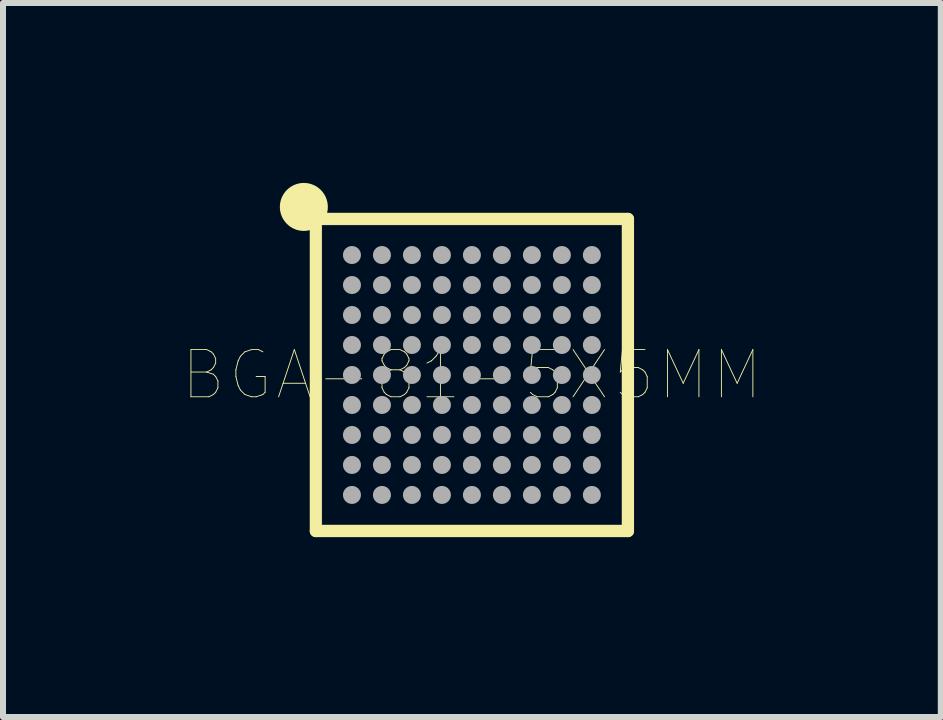
<source format=kicad_pcb>
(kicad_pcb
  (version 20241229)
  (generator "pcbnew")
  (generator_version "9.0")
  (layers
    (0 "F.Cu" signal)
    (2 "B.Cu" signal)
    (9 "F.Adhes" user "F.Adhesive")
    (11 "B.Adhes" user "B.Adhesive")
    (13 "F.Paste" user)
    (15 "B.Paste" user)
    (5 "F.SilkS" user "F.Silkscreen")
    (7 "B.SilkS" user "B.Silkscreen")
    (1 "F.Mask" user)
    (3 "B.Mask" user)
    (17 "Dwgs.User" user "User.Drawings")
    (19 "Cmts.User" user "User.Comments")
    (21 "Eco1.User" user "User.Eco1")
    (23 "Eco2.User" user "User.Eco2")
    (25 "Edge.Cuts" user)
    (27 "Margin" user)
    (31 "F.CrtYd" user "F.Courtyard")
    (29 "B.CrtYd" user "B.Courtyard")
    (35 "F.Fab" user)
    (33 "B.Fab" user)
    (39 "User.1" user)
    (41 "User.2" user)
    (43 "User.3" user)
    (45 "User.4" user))
  (footprint "BGA-81-5X5MM"
    (layer "F.Cu")
    (at 4.818 3.202)
    (property "Reference" "BGA-81-5X5MM" (at 0 0 0) (layer "F.SilkS") (effects (font (size 0.787 0.787) (thickness 0.015))))
    (attr through_hole)
    (fp_line (start -2.602 -2.602) (end 2.602 -2.602) (stroke (width 0.203) (type solid)) (layer "F.SilkS"))
    (fp_line (start -2.602 2.602) (end -2.602 -2.602) (stroke (width 0.203) (type solid)) (layer "F.SilkS"))
    (fp_line (start 2.602 -2.602) (end 2.602 2.602) (stroke (width 0.203) (type solid)) (layer "F.SilkS"))
    (fp_line (start 2.602 2.602) (end -2.602 2.602) (stroke (width 0.203) (type solid)) (layer "F.SilkS"))
    (fp_circle (center -2.802 -2.802) (end -2.402 -2.802) (stroke (width 0) (type solid)) (fill yes) (layer "F.SilkS"))
    (fp_line (start -2.5 -2.5) (end 2.5 -2.5) (stroke (width 0.003) (type solid)) (layer "F.Fab"))
    (fp_line (start -2.5 2.5) (end -2.5 -2.5) (stroke (width 0.003) (type solid)) (layer "F.Fab"))
    (fp_line (start 2.5 -2.5) (end 2.5 2.5) (stroke (width 0.003) (type solid)) (layer "F.Fab"))
    (fp_line (start 2.5 2.5) (end -2.5 2.5) (stroke (width 0.003) (type solid)) (layer "F.Fab"))
    (fp_circle (center -2 -2) (end -1.85 -2) (stroke (width 0) (type solid)) (fill yes) (layer "F.Fab"))
    (fp_circle (center -2 -1.5) (end -1.85 -1.5) (stroke (width 0) (type solid)) (fill yes) (layer "F.Fab"))
    (fp_circle (center -2 -1) (end -1.85 -1) (stroke (width 0) (type solid)) (fill yes) (layer "F.Fab"))
    (fp_circle (center -2 -0.5) (end -1.85 -0.5) (stroke (width 0) (type solid)) (fill yes) (layer "F.Fab"))
    (fp_circle (center -2 0) (end -1.85 0) (stroke (width 0) (type solid)) (fill yes) (layer "F.Fab"))
    (fp_circle (center -2 0.5) (end -1.85 0.5) (stroke (width 0) (type solid)) (fill yes) (layer "F.Fab"))
    (fp_circle (center -2 1) (end -1.85 1) (stroke (width 0) (type solid)) (fill yes) (layer "F.Fab"))
    (fp_circle (center -2 1.5) (end -1.85 1.5) (stroke (width 0) (type solid)) (fill yes) (layer "F.Fab"))
    (fp_circle (center -2 2) (end -1.85 2) (stroke (width 0) (type solid)) (fill yes) (layer "F.Fab"))
    (fp_circle (center -1.5 -2) (end -1.35 -2) (stroke (width 0) (type solid)) (fill yes) (layer "F.Fab"))
    (fp_circle (center -1.5 -1.5) (end -1.35 -1.5) (stroke (width 0) (type solid)) (fill yes) (layer "F.Fab"))
    (fp_circle (center -1.5 -1) (end -1.35 -1) (stroke (width 0) (type solid)) (fill yes) (layer "F.Fab"))
    (fp_circle (center -1.5 -0.5) (end -1.35 -0.5) (stroke (width 0) (type solid)) (fill yes) (layer "F.Fab"))
    (fp_circle (center -1.5 0) (end -1.35 0) (stroke (width 0) (type solid)) (fill yes) (layer "F.Fab"))
    (fp_circle (center -1.5 0.5) (end -1.35 0.5) (stroke (width 0) (type solid)) (fill yes) (layer "F.Fab"))
    (fp_circle (center -1.5 1) (end -1.35 1) (stroke (width 0) (type solid)) (fill yes) (layer "F.Fab"))
    (fp_circle (center -1.5 1.5) (end -1.35 1.5) (stroke (width 0) (type solid)) (fill yes) (layer "F.Fab"))
    (fp_circle (center -1.5 2) (end -1.35 2) (stroke (width 0) (type solid)) (fill yes) (layer "F.Fab"))
    (fp_circle (center -1 -2) (end -0.85 -2) (stroke (width 0) (type solid)) (fill yes) (layer "F.Fab"))
    (fp_circle (center -1 -1.5) (end -0.85 -1.5) (stroke (width 0) (type solid)) (fill yes) (layer "F.Fab"))
    (fp_circle (center -1 -1) (end -0.85 -1) (stroke (width 0) (type solid)) (fill yes) (layer "F.Fab"))
    (fp_circle (center -1 -0.5) (end -0.85 -0.5) (stroke (width 0) (type solid)) (fill yes) (layer "F.Fab"))
    (fp_circle (center -1 0) (end -0.85 0) (stroke (width 0) (type solid)) (fill yes) (layer "F.Fab"))
    (fp_circle (center -1 0.5) (end -0.85 0.5) (stroke (width 0) (type solid)) (fill yes) (layer "F.Fab"))
    (fp_circle (center -1 1) (end -0.85 1) (stroke (width 0) (type solid)) (fill yes) (layer "F.Fab"))
    (fp_circle (center -1 1.5) (end -0.85 1.5) (stroke (width 0) (type solid)) (fill yes) (layer "F.Fab"))
    (fp_circle (center -1 2) (end -0.85 2) (stroke (width 0) (type solid)) (fill yes) (layer "F.Fab"))
    (fp_circle (center -0.5 -2) (end -0.35 -2) (stroke (width 0) (type solid)) (fill yes) (layer "F.Fab"))
    (fp_circle (center -0.5 -1.5) (end -0.35 -1.5) (stroke (width 0) (type solid)) (fill yes) (layer "F.Fab"))
    (fp_circle (center -0.5 -1) (end -0.35 -1) (stroke (width 0) (type solid)) (fill yes) (layer "F.Fab"))
    (fp_circle (center -0.5 -0.5) (end -0.35 -0.5) (stroke (width 0) (type solid)) (fill yes) (layer "F.Fab"))
    (fp_circle (center -0.5 0) (end -0.35 0) (stroke (width 0) (type solid)) (fill yes) (layer "F.Fab"))
    (fp_circle (center -0.5 0.5) (end -0.35 0.5) (stroke (width 0) (type solid)) (fill yes) (layer "F.Fab"))
    (fp_circle (center -0.5 1) (end -0.35 1) (stroke (width 0) (type solid)) (fill yes) (layer "F.Fab"))
    (fp_circle (center -0.5 1.5) (end -0.35 1.5) (stroke (width 0) (type solid)) (fill yes) (layer "F.Fab"))
    (fp_circle (center -0.5 2) (end -0.35 2) (stroke (width 0) (type solid)) (fill yes) (layer "F.Fab"))
    (fp_circle (center 0 -2) (end 0.15 -2) (stroke (width 0) (type solid)) (fill yes) (layer "F.Fab"))
    (fp_circle (center 0 -1.5) (end 0.15 -1.5) (stroke (width 0) (type solid)) (fill yes) (layer "F.Fab"))
    (fp_circle (center 0 -1) (end 0.15 -1) (stroke (width 0) (type solid)) (fill yes) (layer "F.Fab"))
    (fp_circle (center 0 -0.5) (end 0.15 -0.5) (stroke (width 0) (type solid)) (fill yes) (layer "F.Fab"))
    (fp_circle (center 0 0) (end 0.15 0) (stroke (width 0) (type solid)) (fill yes) (layer "F.Fab"))
    (fp_circle (center 0 0.5) (end 0.15 0.5) (stroke (width 0) (type solid)) (fill yes) (layer "F.Fab"))
    (fp_circle (center 0 1) (end 0.15 1) (stroke (width 0) (type solid)) (fill yes) (layer "F.Fab"))
    (fp_circle (center 0 1.5) (end 0.15 1.5) (stroke (width 0) (type solid)) (fill yes) (layer "F.Fab"))
    (fp_circle (center 0 2) (end 0.15 2) (stroke (width 0) (type solid)) (fill yes) (layer "F.Fab"))
    (fp_circle (center 0.5 -2) (end 0.65 -2) (stroke (width 0) (type solid)) (fill yes) (layer "F.Fab"))
    (fp_circle (center 0.5 -1.5) (end 0.65 -1.5) (stroke (width 0) (type solid)) (fill yes) (layer "F.Fab"))
    (fp_circle (center 0.5 -1) (end 0.65 -1) (stroke (width 0) (type solid)) (fill yes) (layer "F.Fab"))
    (fp_circle (center 0.5 -0.5) (end 0.65 -0.5) (stroke (width 0) (type solid)) (fill yes) (layer "F.Fab"))
    (fp_circle (center 0.5 0) (end 0.65 0) (stroke (width 0) (type solid)) (fill yes) (layer "F.Fab"))
    (fp_circle (center 0.5 0.5) (end 0.65 0.5) (stroke (width 0) (type solid)) (fill yes) (layer "F.Fab"))
    (fp_circle (center 0.5 1) (end 0.65 1) (stroke (width 0) (type solid)) (fill yes) (layer "F.Fab"))
    (fp_circle (center 0.5 1.5) (end 0.65 1.5) (stroke (width 0) (type solid)) (fill yes) (layer "F.Fab"))
    (fp_circle (center 0.5 2) (end 0.65 2) (stroke (width 0) (type solid)) (fill yes) (layer "F.Fab"))
    (fp_circle (center 1 -2) (end 1.15 -2) (stroke (width 0) (type solid)) (fill yes) (layer "F.Fab"))
    (fp_circle (center 1 -1.5) (end 1.15 -1.5) (stroke (width 0) (type solid)) (fill yes) (layer "F.Fab"))
    (fp_circle (center 1 -1) (end 1.15 -1) (stroke (width 0) (type solid)) (fill yes) (layer "F.Fab"))
    (fp_circle (center 1 -0.5) (end 1.15 -0.5) (stroke (width 0) (type solid)) (fill yes) (layer "F.Fab"))
    (fp_circle (center 1 0) (end 1.15 0) (stroke (width 0) (type solid)) (fill yes) (layer "F.Fab"))
    (fp_circle (center 1 0.5) (end 1.15 0.5) (stroke (width 0) (type solid)) (fill yes) (layer "F.Fab"))
    (fp_circle (center 1 1) (end 1.15 1) (stroke (width 0) (type solid)) (fill yes) (layer "F.Fab"))
    (fp_circle (center 1 1.5) (end 1.15 1.5) (stroke (width 0) (type solid)) (fill yes) (layer "F.Fab"))
    (fp_circle (center 1 2) (end 1.15 2) (stroke (width 0) (type solid)) (fill yes) (layer "F.Fab"))
    (fp_circle (center 1.5 -2) (end 1.65 -2) (stroke (width 0) (type solid)) (fill yes) (layer "F.Fab"))
    (fp_circle (center 1.5 -1.5) (end 1.65 -1.5) (stroke (width 0) (type solid)) (fill yes) (layer "F.Fab"))
    (fp_circle (center 1.5 -1) (end 1.65 -1) (stroke (width 0) (type solid)) (fill yes) (layer "F.Fab"))
    (fp_circle (center 1.5 -0.5) (end 1.65 -0.5) (stroke (width 0) (type solid)) (fill yes) (layer "F.Fab"))
    (fp_circle (center 1.5 0) (end 1.65 0) (stroke (width 0) (type solid)) (fill yes) (layer "F.Fab"))
    (fp_circle (center 1.5 0.5) (end 1.65 0.5) (stroke (width 0) (type solid)) (fill yes) (layer "F.Fab"))
    (fp_circle (center 1.5 1) (end 1.65 1) (stroke (width 0) (type solid)) (fill yes) (layer "F.Fab"))
    (fp_circle (center 1.5 1.5) (end 1.65 1.5) (stroke (width 0) (type solid)) (fill yes) (layer "F.Fab"))
    (fp_circle (center 1.5 2) (end 1.65 2) (stroke (width 0) (type solid)) (fill yes) (layer "F.Fab"))
    (fp_circle (center 2 -2) (end 2.15 -2) (stroke (width 0) (type solid)) (fill yes) (layer "F.Fab"))
    (fp_circle (center 2 -1.5) (end 2.15 -1.5) (stroke (width 0) (type solid)) (fill yes) (layer "F.Fab"))
    (fp_circle (center 2 -1) (end 2.15 -1) (stroke (width 0) (type solid)) (fill yes) (layer "F.Fab"))
    (fp_circle (center 2 -0.5) (end 2.15 -0.5) (stroke (width 0) (type solid)) (fill yes) (layer "F.Fab"))
    (fp_circle (center 2 0) (end 2.15 0) (stroke (width 0) (type solid)) (fill yes) (layer "F.Fab"))
    (fp_circle (center 2 0.5) (end 2.15 0.5) (stroke (width 0) (type solid)) (fill yes) (layer "F.Fab"))
    (fp_circle (center 2 1) (end 2.15 1) (stroke (width 0) (type solid)) (fill yes) (layer "F.Fab"))
    (fp_circle (center 2 1.5) (end 2.15 1.5) (stroke (width 0) (type solid)) (fill yes) (layer "F.Fab"))
    (fp_circle (center 2 2) (end 2.15 2) (stroke (width 0) (type solid)) (fill yes) (layer "F.Fab"))
    (pad "A1" smd circle (at -2 -2) (size 0.254 0.254) (layers "F.Cu" "F.Mask" "F.Paste"))
    (pad "A2" smd circle (at -1.5 -2) (size 0.254 0.254) (layers "F.Cu" "F.Mask" "F.Paste"))
    (pad "A3" smd circle (at -1 -2) (size 0.254 0.254) (layers "F.Cu" "F.Mask" "F.Paste"))
    (pad "A4" smd circle (at -0.5 -2) (size 0.254 0.254) (layers "F.Cu" "F.Mask" "F.Paste"))
    (pad "A5" smd circle (at 0 -2) (size 0.254 0.254) (layers "F.Cu" "F.Mask" "F.Paste"))
    (pad "A6" smd circle (at 0.5 -2) (size 0.254 0.254) (layers "F.Cu" "F.Mask" "F.Paste"))
    (pad "A7" smd circle (at 1 -2) (size 0.254 0.254) (layers "F.Cu" "F.Mask" "F.Paste"))
    (pad "A8" smd circle (at 1.5 -2) (size 0.254 0.254) (layers "F.Cu" "F.Mask" "F.Paste"))
    (pad "A9" smd circle (at 2 -2) (size 0.254 0.254) (layers "F.Cu" "F.Mask" "F.Paste"))
    (pad "B1" smd circle (at -2 -1.5) (size 0.254 0.254) (layers "F.Cu" "F.Mask" "F.Paste"))
    (pad "B2" smd circle (at -1.5 -1.5) (size 0.254 0.254) (layers "F.Cu" "F.Mask" "F.Paste"))
    (pad "B3" smd circle (at -1 -1.5) (size 0.254 0.254) (layers "F.Cu" "F.Mask" "F.Paste"))
    (pad "B4" smd circle (at -0.5 -1.5) (size 0.254 0.254) (layers "F.Cu" "F.Mask" "F.Paste"))
    (pad "B5" smd circle (at 0 -1.5) (size 0.254 0.254) (layers "F.Cu" "F.Mask" "F.Paste"))
    (pad "B6" smd circle (at 0.5 -1.5) (size 0.254 0.254) (layers "F.Cu" "F.Mask" "F.Paste"))
    (pad "B7" smd circle (at 1 -1.5) (size 0.254 0.254) (layers "F.Cu" "F.Mask" "F.Paste"))
    (pad "B8" smd circle (at 1.5 -1.5) (size 0.254 0.254) (layers "F.Cu" "F.Mask" "F.Paste"))
    (pad "B9" smd circle (at 2 -1.5) (size 0.254 0.254) (layers "F.Cu" "F.Mask" "F.Paste"))
    (pad "C1" smd circle (at -2 -1) (size 0.254 0.254) (layers "F.Cu" "F.Mask" "F.Paste"))
    (pad "C2" smd circle (at -1.5 -1) (size 0.254 0.254) (layers "F.Cu" "F.Mask" "F.Paste"))
    (pad "C3" smd circle (at -1 -1) (size 0.254 0.254) (layers "F.Cu" "F.Mask" "F.Paste"))
    (pad "C4" smd circle (at -0.5 -1) (size 0.254 0.254) (layers "F.Cu" "F.Mask" "F.Paste"))
    (pad "C5" smd circle (at 0 -1) (size 0.254 0.254) (layers "F.Cu" "F.Mask" "F.Paste"))
    (pad "C6" smd circle (at 0.5 -1) (size 0.254 0.254) (layers "F.Cu" "F.Mask" "F.Paste"))
    (pad "C7" smd circle (at 1 -1) (size 0.254 0.254) (layers "F.Cu" "F.Mask" "F.Paste"))
    (pad "C8" smd circle (at 1.5 -1) (size 0.254 0.254) (layers "F.Cu" "F.Mask" "F.Paste"))
    (pad "C9" smd circle (at 2 -1) (size 0.254 0.254) (layers "F.Cu" "F.Mask" "F.Paste"))
    (pad "D1" smd circle (at -2 -0.5) (size 0.254 0.254) (layers "F.Cu" "F.Mask" "F.Paste"))
    (pad "D2" smd circle (at -1.5 -0.5) (size 0.254 0.254) (layers "F.Cu" "F.Mask" "F.Paste"))
    (pad "D3" smd circle (at -1 -0.5) (size 0.254 0.254) (layers "F.Cu" "F.Mask" "F.Paste"))
    (pad "D4" smd circle (at -0.5 -0.5) (size 0.254 0.254) (layers "F.Cu" "F.Mask" "F.Paste"))
    (pad "D5" smd circle (at 0 -0.5) (size 0.254 0.254) (layers "F.Cu" "F.Mask" "F.Paste"))
    (pad "D6" smd circle (at 0.5 -0.5) (size 0.254 0.254) (layers "F.Cu" "F.Mask" "F.Paste"))
    (pad "D7" smd circle (at 1 -0.5) (size 0.254 0.254) (layers "F.Cu" "F.Mask" "F.Paste"))
    (pad "D8" smd circle (at 1.5 -0.5) (size 0.254 0.254) (layers "F.Cu" "F.Mask" "F.Paste"))
    (pad "D9" smd circle (at 2 -0.5) (size 0.254 0.254) (layers "F.Cu" "F.Mask" "F.Paste"))
    (pad "E1" smd circle (at -2 0) (size 0.254 0.254) (layers "F.Cu" "F.Mask" "F.Paste"))
    (pad "E2" smd circle (at -1.5 0) (size 0.254 0.254) (layers "F.Cu" "F.Mask" "F.Paste"))
    (pad "E3" smd circle (at -1 0) (size 0.254 0.254) (layers "F.Cu" "F.Mask" "F.Paste"))
    (pad "E4" smd circle (at -0.5 0) (size 0.254 0.254) (layers "F.Cu" "F.Mask" "F.Paste"))
    (pad "E5" smd circle (at 0 0) (size 0.254 0.254) (layers "F.Cu" "F.Mask" "F.Paste"))
    (pad "E6" smd circle (at 0.5 0) (size 0.254 0.254) (layers "F.Cu" "F.Mask" "F.Paste"))
    (pad "E7" smd circle (at 1 0) (size 0.254 0.254) (layers "F.Cu" "F.Mask" "F.Paste"))
    (pad "E8" smd circle (at 1.5 0) (size 0.254 0.254) (layers "F.Cu" "F.Mask" "F.Paste"))
    (pad "E9" smd circle (at 2 0) (size 0.254 0.254) (layers "F.Cu" "F.Mask" "F.Paste"))
    (pad "F1" smd circle (at -2 0.5) (size 0.254 0.254) (layers "F.Cu" "F.Mask" "F.Paste"))
    (pad "F2" smd circle (at -1.5 0.5) (size 0.254 0.254) (layers "F.Cu" "F.Mask" "F.Paste"))
    (pad "F3" smd circle (at -1 0.5) (size 0.254 0.254) (layers "F.Cu" "F.Mask" "F.Paste"))
    (pad "F4" smd circle (at -0.5 0.5) (size 0.254 0.254) (layers "F.Cu" "F.Mask" "F.Paste"))
    (pad "F5" smd circle (at 0 0.5) (size 0.254 0.254) (layers "F.Cu" "F.Mask" "F.Paste"))
    (pad "F6" smd circle (at 0.5 0.5) (size 0.254 0.254) (layers "F.Cu" "F.Mask" "F.Paste"))
    (pad "F7" smd circle (at 1 0.5) (size 0.254 0.254) (layers "F.Cu" "F.Mask" "F.Paste"))
    (pad "F8" smd circle (at 1.5 0.5) (size 0.254 0.254) (layers "F.Cu" "F.Mask" "F.Paste"))
    (pad "F9" smd circle (at 2 0.5) (size 0.254 0.254) (layers "F.Cu" "F.Mask" "F.Paste"))
    (pad "G1" smd circle (at -2 1) (size 0.254 0.254) (layers "F.Cu" "F.Mask" "F.Paste"))
    (pad "G2" smd circle (at -1.5 1) (size 0.254 0.254) (layers "F.Cu" "F.Mask" "F.Paste"))
    (pad "G3" smd circle (at -1 1) (size 0.254 0.254) (layers "F.Cu" "F.Mask" "F.Paste"))
    (pad "G4" smd circle (at -0.5 1) (size 0.254 0.254) (layers "F.Cu" "F.Mask" "F.Paste"))
    (pad "G5" smd circle (at 0 1) (size 0.254 0.254) (layers "F.Cu" "F.Mask" "F.Paste"))
    (pad "G6" smd circle (at 0.5 1) (size 0.254 0.254) (layers "F.Cu" "F.Mask" "F.Paste"))
    (pad "G7" smd circle (at 1 1) (size 0.254 0.254) (layers "F.Cu" "F.Mask" "F.Paste"))
    (pad "G8" smd circle (at 1.5 1) (size 0.254 0.254) (layers "F.Cu" "F.Mask" "F.Paste"))
    (pad "G9" smd circle (at 2 1) (size 0.254 0.254) (layers "F.Cu" "F.Mask" "F.Paste"))
    (pad "H1" smd circle (at -2 1.5) (size 0.254 0.254) (layers "F.Cu" "F.Mask" "F.Paste"))
    (pad "H2" smd circle (at -1.5 1.5) (size 0.254 0.254) (layers "F.Cu" "F.Mask" "F.Paste"))
    (pad "H3" smd circle (at -1 1.5) (size 0.254 0.254) (layers "F.Cu" "F.Mask" "F.Paste"))
    (pad "H4" smd circle (at -0.5 1.5) (size 0.254 0.254) (layers "F.Cu" "F.Mask" "F.Paste"))
    (pad "H5" smd circle (at 0 1.5) (size 0.254 0.254) (layers "F.Cu" "F.Mask" "F.Paste"))
    (pad "H6" smd circle (at 0.5 1.5) (size 0.254 0.254) (layers "F.Cu" "F.Mask" "F.Paste"))
    (pad "H7" smd circle (at 1 1.5) (size 0.254 0.254) (layers "F.Cu" "F.Mask" "F.Paste"))
    (pad "H8" smd circle (at 1.5 1.5) (size 0.254 0.254) (layers "F.Cu" "F.Mask" "F.Paste"))
    (pad "H9" smd circle (at 2 1.5) (size 0.254 0.254) (layers "F.Cu" "F.Mask" "F.Paste"))
    (pad "J1" smd circle (at -2 2) (size 0.254 0.254) (layers "F.Cu" "F.Mask" "F.Paste"))
    (pad "J2" smd circle (at -1.5 2) (size 0.254 0.254) (layers "F.Cu" "F.Mask" "F.Paste"))
    (pad "J3" smd circle (at -1 2) (size 0.254 0.254) (layers "F.Cu" "F.Mask" "F.Paste"))
    (pad "J4" smd circle (at -0.5 2) (size 0.254 0.254) (layers "F.Cu" "F.Mask" "F.Paste"))
    (pad "J5" smd circle (at 0 2) (size 0.254 0.254) (layers "F.Cu" "F.Mask" "F.Paste"))
    (pad "J6" smd circle (at 0.5 2) (size 0.254 0.254) (layers "F.Cu" "F.Mask" "F.Paste"))
    (pad "J7" smd circle (at 1 2) (size 0.254 0.254) (layers "F.Cu" "F.Mask" "F.Paste"))
    (pad "J8" smd circle (at 1.5 2) (size 0.254 0.254) (layers "F.Cu" "F.Mask" "F.Paste"))
    (pad "J9" smd circle (at 2 2) (size 0.254 0.254) (layers "F.Cu" "F.Mask" "F.Paste")))
  (gr_rect
    (start -3 -3)
    (end 12.636 8.905)
    (stroke (width 0.1) (type default))
    (fill no)
    (layer "Edge.Cuts")))
</source>
